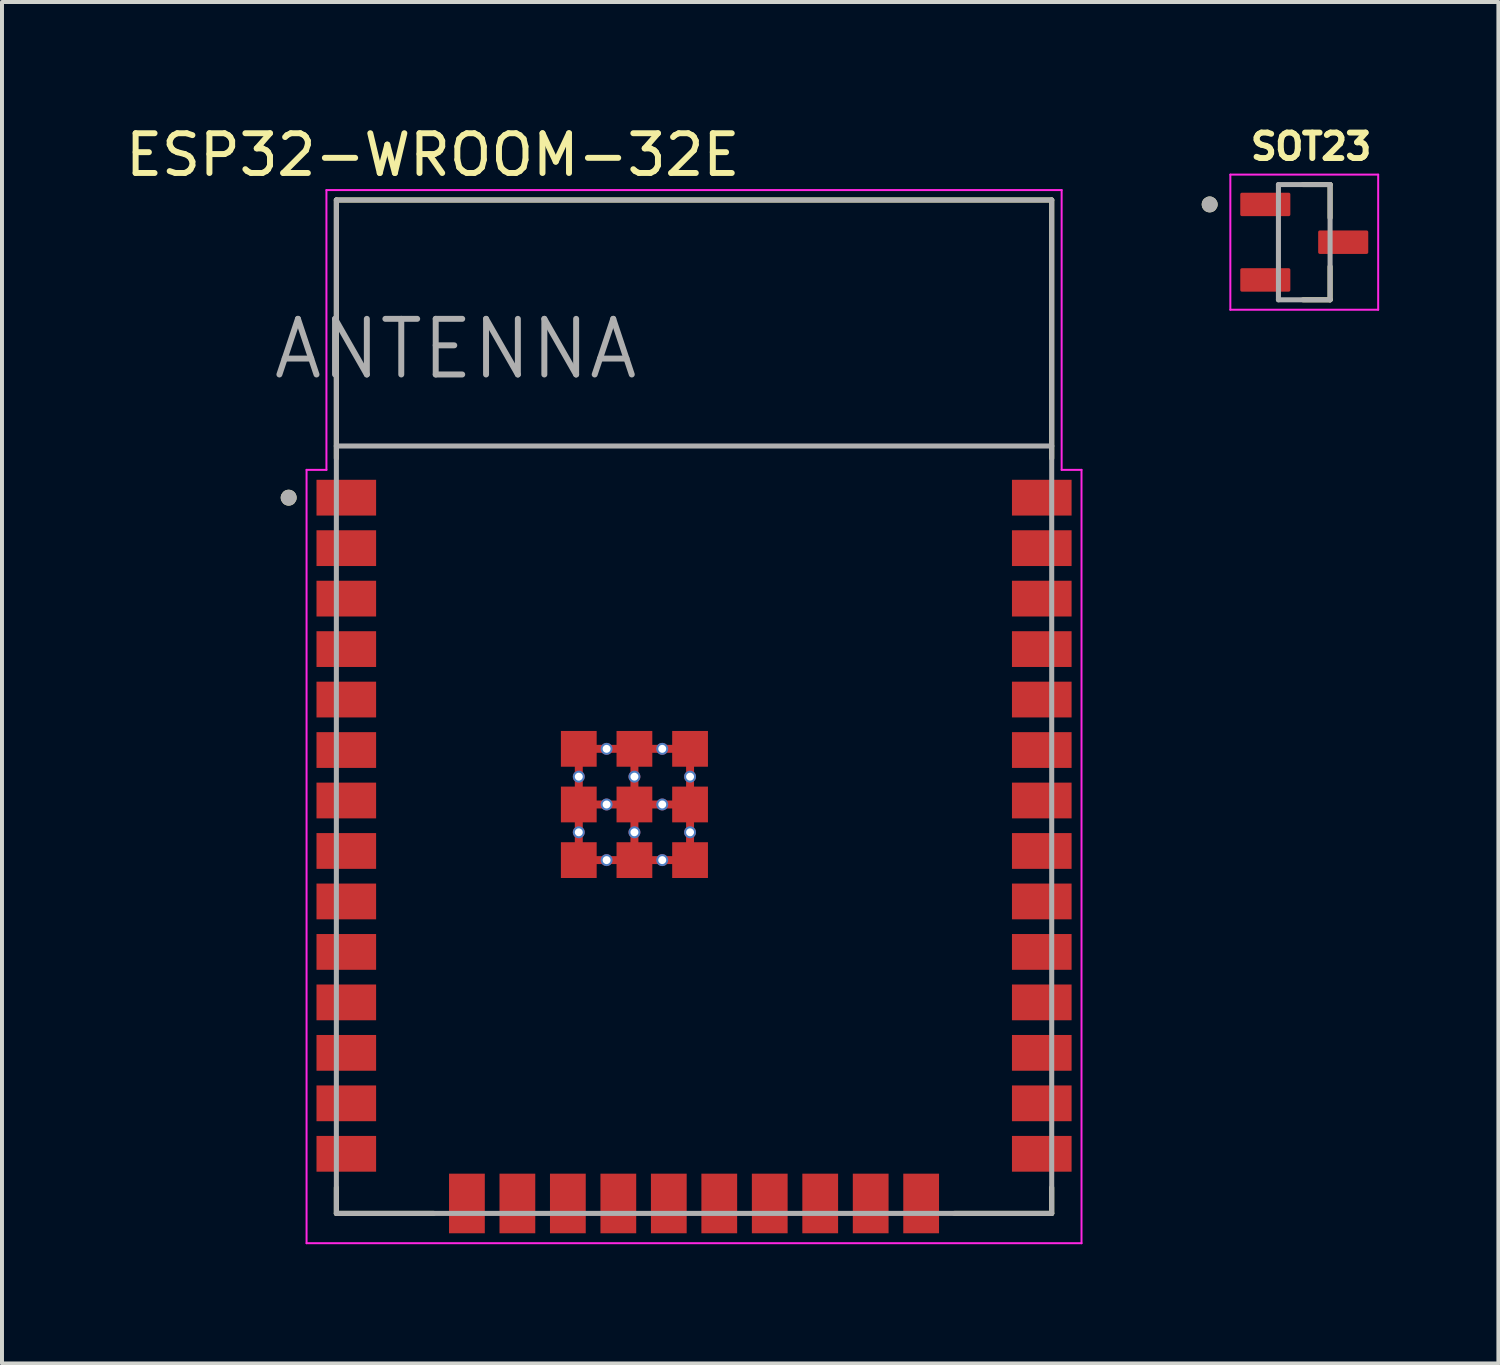
<source format=kicad_pcb>
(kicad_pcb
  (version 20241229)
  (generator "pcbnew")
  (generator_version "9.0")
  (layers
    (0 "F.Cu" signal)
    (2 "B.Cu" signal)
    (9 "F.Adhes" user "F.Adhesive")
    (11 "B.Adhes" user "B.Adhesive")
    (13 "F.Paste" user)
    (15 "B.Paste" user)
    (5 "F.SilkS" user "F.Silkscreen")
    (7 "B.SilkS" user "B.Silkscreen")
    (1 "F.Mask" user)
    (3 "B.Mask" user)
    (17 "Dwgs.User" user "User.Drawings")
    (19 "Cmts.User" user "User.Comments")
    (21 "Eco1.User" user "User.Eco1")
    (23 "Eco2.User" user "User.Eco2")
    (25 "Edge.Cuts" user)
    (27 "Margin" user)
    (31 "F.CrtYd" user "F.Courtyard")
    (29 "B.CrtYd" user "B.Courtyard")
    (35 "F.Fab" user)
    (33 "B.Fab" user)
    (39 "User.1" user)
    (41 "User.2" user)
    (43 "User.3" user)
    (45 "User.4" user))
  (footprint "ESP32-WROOM-32E"
    (layer "F.Cu")
    (at 14.414 14.733)
    (property "Reference" "ESP32-WROOM-32E" (at -6.575 -13.885 0) (layer "F.SilkS") (effects (font (size 1 1) (thickness 0.15))))
    (attr smd)
    (fp_line (start -2.9 1.06) (end -0.1 1.06) (stroke (width 0.2) (type default)) (layer "F.Cu"))
    (fp_line (start -2.9 2.46) (end -0.1 2.46) (stroke (width 0.2) (type default)) (layer "F.Cu"))
    (fp_line (start -2.9 3.86) (end -2.9 1.06) (stroke (width 0.2) (type default)) (layer "F.Cu"))
    (fp_line (start -1.5 1.06) (end -1.5 3.86) (stroke (width 0.2) (type default)) (layer "F.Cu"))
    (fp_line (start -0.1 1.06) (end -0.1 3.86) (stroke (width 0.2) (type default)) (layer "F.Cu"))
    (fp_line (start -0.1 3.86) (end -2.9 3.86) (stroke (width 0.2) (type default)) (layer "F.Cu"))
    (fp_line (start -9 -12.75) (end 9 -12.75) (stroke (width 0.127) (type solid)) (layer "F.SilkS"))
    (fp_line (start -9 -6.25) (end -9 -12.75) (stroke (width 0.127) (type solid)) (layer "F.SilkS"))
    (fp_line (start -9 12.1) (end -9 12.75) (stroke (width 0.127) (type solid)) (layer "F.SilkS"))
    (fp_line (start -9 12.75) (end -6.55 12.75) (stroke (width 0.127) (type solid)) (layer "F.SilkS"))
    (fp_line (start 6.55 12.75) (end 9 12.75) (stroke (width 0.127) (type solid)) (layer "F.SilkS"))
    (fp_line (start 9 -12.75) (end 9 -6.25) (stroke (width 0.127) (type solid)) (layer "F.SilkS"))
    (fp_line (start 9 12.75) (end 9 12.1) (stroke (width 0.127) (type solid)) (layer "F.SilkS"))
    (fp_circle (center -10.2 -5.26) (end -10.1 -5.26) (stroke (width 0.2) (type solid)) (fill no) (layer "F.SilkS"))
    (fp_line (start -9.75 -5.96) (end -9.25 -5.96) (stroke (width 0.05) (type solid)) (layer "F.CrtYd"))
    (fp_line (start -9.75 13.5) (end -9.75 -5.96) (stroke (width 0.05) (type solid)) (layer "F.CrtYd"))
    (fp_line (start -9.25 -13) (end 9.25 -13) (stroke (width 0.05) (type solid)) (layer "F.CrtYd"))
    (fp_line (start -9.25 -5.96) (end -9.25 -13) (stroke (width 0.05) (type solid)) (layer "F.CrtYd"))
    (fp_line (start 9.25 -13) (end 9.25 -5.96) (stroke (width 0.05) (type solid)) (layer "F.CrtYd"))
    (fp_line (start 9.25 -5.96) (end 9.75 -5.96) (stroke (width 0.05) (type solid)) (layer "F.CrtYd"))
    (fp_line (start 9.75 -5.96) (end 9.75 13.5) (stroke (width 0.05) (type solid)) (layer "F.CrtYd"))
    (fp_line (start 9.75 13.5) (end -9.75 13.5) (stroke (width 0.05) (type solid)) (layer "F.CrtYd"))
    (fp_line (start -9 -12.75) (end -9 -6.56) (stroke (width 0.127) (type solid)) (layer "F.Fab"))
    (fp_line (start -9 -12.75) (end 9 -12.75) (stroke (width 0.127) (type solid)) (layer "F.Fab"))
    (fp_line (start -9 -6.56) (end 9 -6.56) (stroke (width 0.127) (type solid)) (layer "F.Fab"))
    (fp_line (start -9 12.75) (end -9 -6.56) (stroke (width 0.127) (type solid)) (layer "F.Fab"))
    (fp_line (start 9 -12.75) (end 9 -6.56) (stroke (width 0.127) (type solid)) (layer "F.Fab"))
    (fp_line (start 9 -6.56) (end 9 12.75) (stroke (width 0.127) (type solid)) (layer "F.Fab"))
    (fp_line (start 9 12.75) (end -9 12.75) (stroke (width 0.127) (type solid)) (layer "F.Fab"))
    (fp_circle (center -10.2 -5.26) (end -10.1 -5.26) (stroke (width 0.2) (type solid)) (fill no) (layer "F.Fab"))
    (fp_text user "ANTENNA" (at -6 -9 0) (layer "F.Fab") (effects (font (size 1.4 1.4) (thickness 0.15))))
    (pad "1" smd rect (at -8.75 -5.26) (size 1.5 0.9) (layers "F.Cu" "F.Mask" "F.Paste"))
    (pad "2" smd rect (at -8.75 -3.99) (size 1.5 0.9) (layers "F.Cu" "F.Mask" "F.Paste"))
    (pad "3" smd rect (at -8.75 -2.72) (size 1.5 0.9) (layers "F.Cu" "F.Mask" "F.Paste"))
    (pad "4" smd rect (at -8.75 -1.45) (size 1.5 0.9) (layers "F.Cu" "F.Mask" "F.Paste"))
    (pad "5" smd rect (at -8.75 -0.18) (size 1.5 0.9) (layers "F.Cu" "F.Mask" "F.Paste"))
    (pad "6" smd rect (at -8.75 1.09) (size 1.5 0.9) (layers "F.Cu" "F.Mask" "F.Paste"))
    (pad "7" smd rect (at -8.75 2.36) (size 1.5 0.9) (layers "F.Cu" "F.Mask" "F.Paste"))
    (pad "8" smd rect (at -8.75 3.63) (size 1.5 0.9) (layers "F.Cu" "F.Mask" "F.Paste"))
    (pad "9" smd rect (at -8.75 4.9) (size 1.5 0.9) (layers "F.Cu" "F.Mask" "F.Paste"))
    (pad "10" smd rect (at -8.75 6.17) (size 1.5 0.9) (layers "F.Cu" "F.Mask" "F.Paste"))
    (pad "11" smd rect (at -8.75 7.44) (size 1.5 0.9) (layers "F.Cu" "F.Mask" "F.Paste"))
    (pad "12" smd rect (at -8.75 8.71) (size 1.5 0.9) (layers "F.Cu" "F.Mask" "F.Paste"))
    (pad "13" smd rect (at -8.75 9.98) (size 1.5 0.9) (layers "F.Cu" "F.Mask" "F.Paste"))
    (pad "14" smd rect (at -8.75 11.25) (size 1.5 0.9) (layers "F.Cu" "F.Mask" "F.Paste"))
    (pad "15" smd rect (at -5.715 12.5) (size 0.9 1.5) (layers "F.Cu" "F.Mask" "F.Paste"))
    (pad "16" smd rect (at -4.445 12.5) (size 0.9 1.5) (layers "F.Cu" "F.Mask" "F.Paste"))
    (pad "17" smd rect (at -3.175 12.5) (size 0.9 1.5) (layers "F.Cu" "F.Mask" "F.Paste"))
    (pad "18" smd rect (at -1.905 12.5) (size 0.9 1.5) (layers "F.Cu" "F.Mask" "F.Paste"))
    (pad "19" smd rect (at -0.635 12.5) (size 0.9 1.5) (layers "F.Cu" "F.Mask" "F.Paste"))
    (pad "20" smd rect (at 0.635 12.5) (size 0.9 1.5) (layers "F.Cu" "F.Mask" "F.Paste"))
    (pad "21" smd rect (at 1.905 12.5) (size 0.9 1.5) (layers "F.Cu" "F.Mask" "F.Paste"))
    (pad "22" smd rect (at 3.175 12.5) (size 0.9 1.5) (layers "F.Cu" "F.Mask" "F.Paste"))
    (pad "23" smd rect (at 4.445 12.5) (size 0.9 1.5) (layers "F.Cu" "F.Mask" "F.Paste"))
    (pad "24" smd rect (at 5.715 12.5) (size 0.9 1.5) (layers "F.Cu" "F.Mask" "F.Paste"))
    (pad "25" smd rect (at 8.75 11.25) (size 1.5 0.9) (layers "F.Cu" "F.Mask" "F.Paste"))
    (pad "26" smd rect (at 8.75 9.98) (size 1.5 0.9) (layers "F.Cu" "F.Mask" "F.Paste"))
    (pad "27" smd rect (at 8.75 8.71) (size 1.5 0.9) (layers "F.Cu" "F.Mask" "F.Paste"))
    (pad "28" smd rect (at 8.75 7.44) (size 1.5 0.9) (layers "F.Cu" "F.Mask" "F.Paste"))
    (pad "29" smd rect (at 8.75 6.17) (size 1.5 0.9) (layers "F.Cu" "F.Mask" "F.Paste"))
    (pad "30" smd rect (at 8.75 4.9) (size 1.5 0.9) (layers "F.Cu" "F.Mask" "F.Paste"))
    (pad "31" smd rect (at 8.75 3.63) (size 1.5 0.9) (layers "F.Cu" "F.Mask" "F.Paste"))
    (pad "32" smd rect (at 8.75 2.36) (size 1.5 0.9) (layers "F.Cu" "F.Mask" "F.Paste"))
    (pad "33" smd rect (at 8.75 1.09) (size 1.5 0.9) (layers "F.Cu" "F.Mask" "F.Paste"))
    (pad "34" smd rect (at 8.75 -0.18) (size 1.5 0.9) (layers "F.Cu" "F.Mask" "F.Paste"))
    (pad "35" smd rect (at 8.75 -1.45) (size 1.5 0.9) (layers "F.Cu" "F.Mask" "F.Paste"))
    (pad "36" smd rect (at 8.75 -2.72) (size 1.5 0.9) (layers "F.Cu" "F.Mask" "F.Paste"))
    (pad "37" smd rect (at 8.75 -3.99) (size 1.5 0.9) (layers "F.Cu" "F.Mask" "F.Paste"))
    (pad "38" smd rect (at 8.75 -5.26) (size 1.5 0.9) (layers "F.Cu" "F.Mask" "F.Paste"))
    (pad "39_1" smd rect (at -2.9 1.06) (size 0.9 0.9) (layers "F.Cu" "F.Mask" "F.Paste"))
    (pad "39_2" smd rect (at -1.5 1.06) (size 0.9 0.9) (layers "F.Cu" "F.Mask" "F.Paste"))
    (pad "39_3" smd rect (at -0.1 1.06) (size 0.9 0.9) (layers "F.Cu" "F.Mask" "F.Paste"))
    (pad "39_4" smd rect (at -2.9 2.46) (size 0.9 0.9) (layers "F.Cu" "F.Mask" "F.Paste"))
    (pad "39_5" smd rect (at -1.5 2.46) (size 0.9 0.9) (layers "F.Cu" "F.Mask" "F.Paste"))
    (pad "39_6" smd rect (at -0.1 2.46) (size 0.9 0.9) (layers "F.Cu" "F.Mask" "F.Paste"))
    (pad "39_7" smd rect (at -2.9 3.86) (size 0.9 0.9) (layers "F.Cu" "F.Mask" "F.Paste"))
    (pad "39_8" smd rect (at -1.5 3.86) (size 0.9 0.9) (layers "F.Cu" "F.Mask" "F.Paste"))
    (pad "39_9" smd rect (at -0.1 3.86) (size 0.9 0.9) (layers "F.Cu" "F.Mask" "F.Paste"))
    (pad "39_10" thru_hole circle (at -2.2 1.06) (size 0.3 0.3) (drill 0.2) (layers "*.Cu"))
    (pad "39_11" thru_hole circle (at -0.8 1.06) (size 0.3 0.3) (drill 0.2) (layers "*.Cu"))
    (pad "39_12" thru_hole circle (at -2.9 1.76) (size 0.3 0.3) (drill 0.2) (layers "*.Cu"))
    (pad "39_13" thru_hole circle (at -1.5 1.76) (size 0.3 0.3) (drill 0.2) (layers "*.Cu"))
    (pad "39_14" thru_hole circle (at -0.1 1.76) (size 0.3 0.3) (drill 0.2) (layers "*.Cu"))
    (pad "39_15" thru_hole circle (at -2.2 2.46) (size 0.3 0.3) (drill 0.2) (layers "*.Cu"))
    (pad "39_16" thru_hole circle (at -0.8 2.46) (size 0.3 0.3) (drill 0.2) (layers "*.Cu"))
    (pad "39_17" thru_hole circle (at -2.9 3.16) (size 0.3 0.3) (drill 0.2) (layers "*.Cu"))
    (pad "39_18" thru_hole circle (at -1.5 3.16) (size 0.3 0.3) (drill 0.2) (layers "*.Cu"))
    (pad "39_19" thru_hole circle (at -0.1 3.16) (size 0.3 0.3) (drill 0.2) (layers "*.Cu"))
    (pad "39_20" thru_hole circle (at -2.2 3.86) (size 0.3 0.3) (drill 0.2) (layers "*.Cu"))
    (pad "39_21" thru_hole circle (at -0.8 3.86) (size 0.3 0.3) (drill 0.2) (layers "*.Cu"))
    (zone (net_name "") (layer "F.Cu") (hatch full 0.508) (connect_pads) (min_thickness 0.01) (filled_areas_thickness no) (keepout (tracks not_allowed) (vias not_allowed) (pads not_allowed) (copperpour not_allowed) (footprints allowed)) (placement (enabled no)) (fill) (polygon (pts (xy 5.414 1.983) (xy 23.414 1.983) (xy 23.414 8.173) (xy 5.414 8.173))))
    (zone (net_name "") (layers "F.Cu" "B.Cu") (hatch full 0.508) (connect_pads) (min_thickness 0.01) (filled_areas_thickness no) (keepout (tracks allowed) (vias not_allowed) (pads allowed) (copperpour allowed) (footprints allowed)) (placement (enabled no)) (fill) (polygon (pts (xy 5.414 1.983) (xy 23.414 1.983) (xy 23.414 8.173) (xy 5.414 8.173)))))
  (footprint "SOT23"
    (layer "F.Cu")
    (at 29.769 3.044)
    (property "Reference" "SOT23" (at 0.172 -2.406 0) (layer "F.SilkS") (effects (font (size 0.64 0.64) (thickness 0.15))))
    (attr smd)
    (fp_line (start -0.03 1.45) (end 0.65 1.45) (stroke (width 0.127) (type solid)) (layer "F.SilkS"))
    (fp_line (start 0.65 -1.45) (end -0.03 -1.45) (stroke (width 0.127) (type solid)) (layer "F.SilkS"))
    (fp_line (start 0.65 -0.615) (end 0.65 -1.45) (stroke (width 0.127) (type solid)) (layer "F.SilkS"))
    (fp_line (start 0.65 1.45) (end 0.65 0.615) (stroke (width 0.127) (type solid)) (layer "F.SilkS"))
    (fp_circle (center -2.38 -0.95) (end -2.28 -0.95) (stroke (width 0.2) (type solid)) (fill no) (layer "F.SilkS"))
    (fp_line (start -1.86 -1.7) (end -1.86 1.7) (stroke (width 0.05) (type solid)) (layer "F.CrtYd"))
    (fp_line (start -1.86 1.7) (end 1.86 1.7) (stroke (width 0.05) (type solid)) (layer "F.CrtYd"))
    (fp_line (start 1.86 -1.7) (end -1.86 -1.7) (stroke (width 0.05) (type solid)) (layer "F.CrtYd"))
    (fp_line (start 1.86 1.7) (end 1.86 -1.7) (stroke (width 0.05) (type solid)) (layer "F.CrtYd"))
    (fp_line (start -0.65 -1.45) (end -0.65 1.45) (stroke (width 0.127) (type solid)) (layer "F.Fab"))
    (fp_line (start -0.65 1.45) (end 0.65 1.45) (stroke (width 0.127) (type solid)) (layer "F.Fab"))
    (fp_line (start 0.65 -1.45) (end -0.65 -1.45) (stroke (width 0.127) (type solid)) (layer "F.Fab"))
    (fp_line (start 0.65 1.45) (end 0.65 -1.45) (stroke (width 0.127) (type solid)) (layer "F.Fab"))
    (fp_circle (center -2.38 -0.95) (end -2.28 -0.95) (stroke (width 0.2) (type solid)) (fill no) (layer "F.Fab"))
    (pad "1" smd roundrect (at -0.98 -0.95) (size 1.26 0.59) (layers "F.Cu" "F.Mask" "F.Paste") (roundrect_rratio 0.07))
    (pad "2" smd roundrect (at -0.98 0.95) (size 1.26 0.59) (layers "F.Cu" "F.Mask" "F.Paste") (roundrect_rratio 0.07))
    (pad "3" smd roundrect (at 0.98 0) (size 1.26 0.59) (layers "F.Cu" "F.Mask" "F.Paste") (roundrect_rratio 0.07)))
  (gr_rect
    (start -3 -3)
    (end 34.654 31.258)
    (stroke (width 0.1) (type default))
    (fill no)
    (layer "Edge.Cuts")))
</source>
